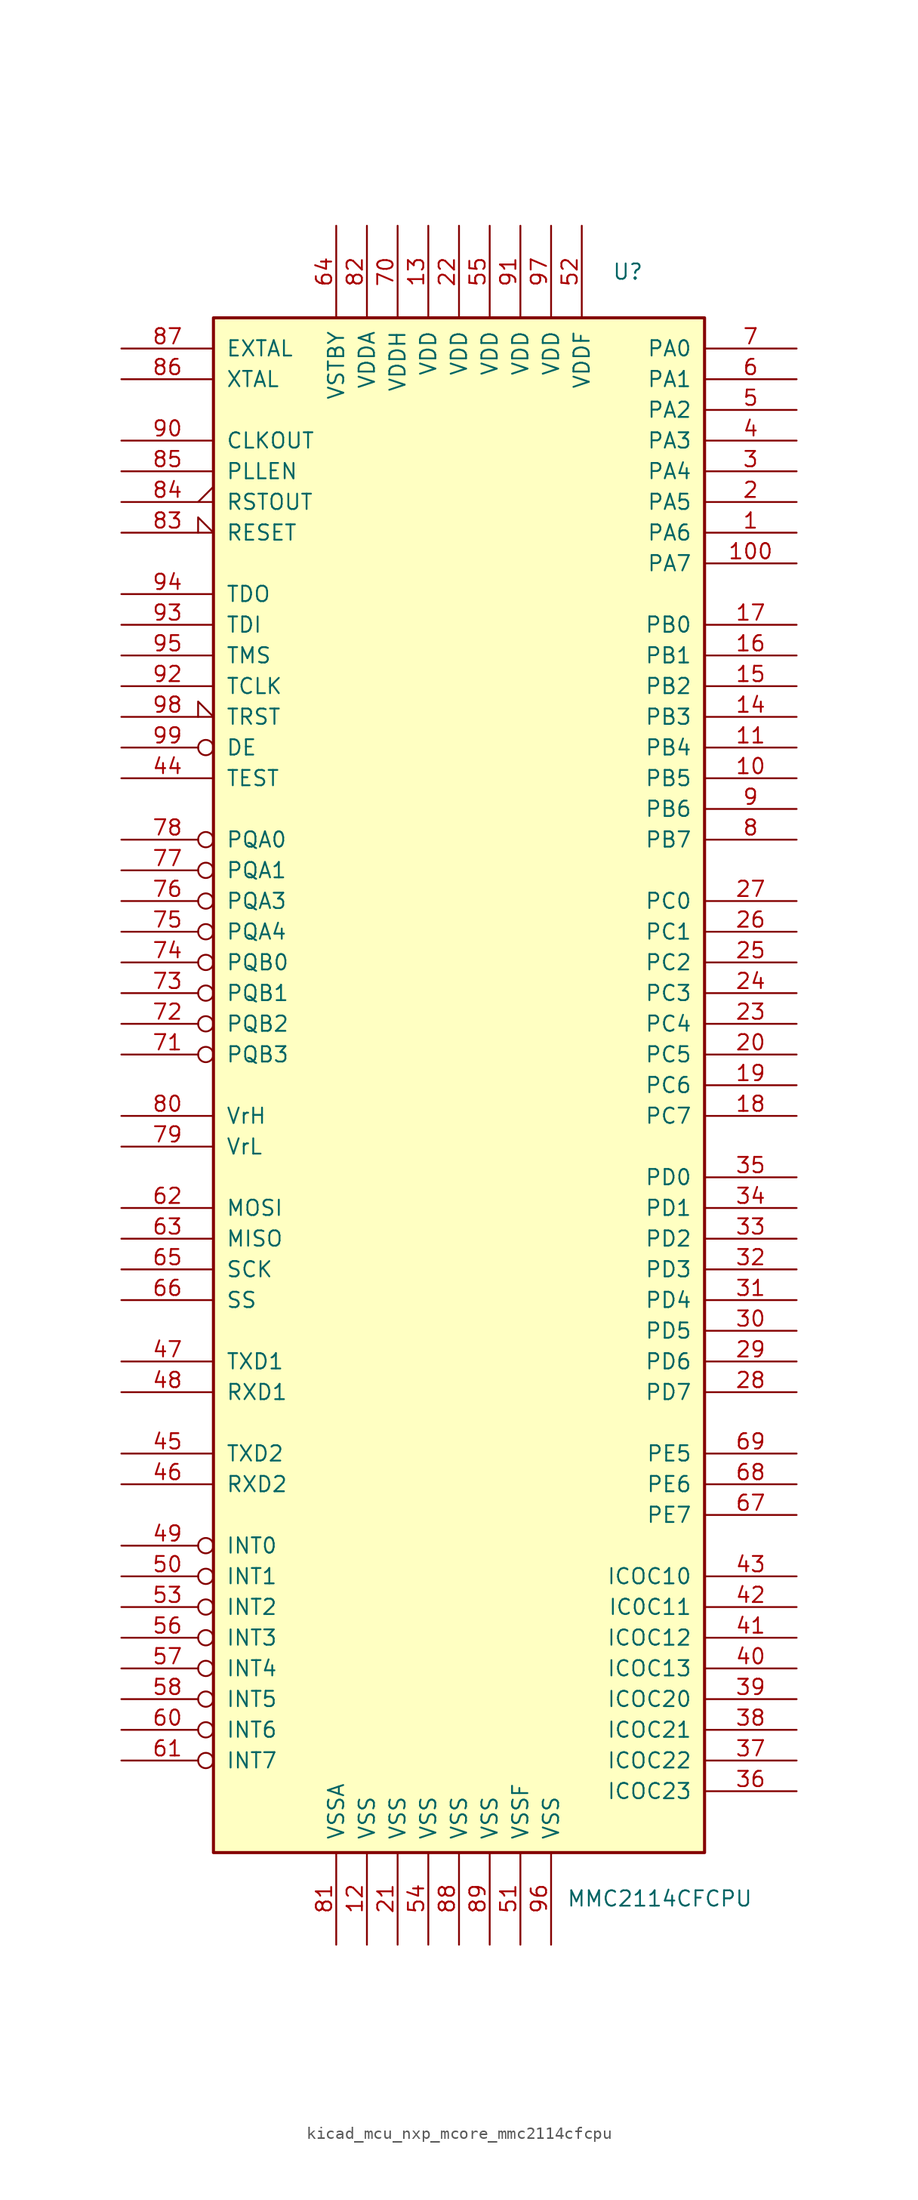
<source format=kicad_sym>
(kicad_symbol_lib
  (version 20220914)
  (generator kicad_symbol_editor)
  (symbol "kicad_mcu_nxp_mcore_mmc2114cfcpu"
    (pin_names
      (offset 1.016))
    (property "Reference" "U"
      (at 13.97 67.31 0)
      (effects (font (size 1.27 1.27))))
    (property "Value" "MMC2114CFCPU"
      (at 8.89 -67.31 0)
      (effects (font (size 1.27 1.27)) (justify left)))
    (symbol "kicad_mcu_nxp_mcore_mmc2114cfcpu_0_1"
      (rectangle (start -20.32 63.5) (end 20.32 -63.5) (stroke (width 0.254) (type default)) (fill (type background))))
    (symbol "kicad_mcu_nxp_mcore_mmc2114cfcpu_1_1"
      (pin bidirectional line (at 27.94 45.72 180) (length 7.62) (name "PA6" (effects (font (size 1.27 1.27)))) (number "1" (effects (font (size 1.27 1.27)))))
      (pin bidirectional line (at 27.94 25.4 180) (length 7.62) (name "PB5" (effects (font (size 1.27 1.27)))) (number "10" (effects (font (size 1.27 1.27)))))
      (pin bidirectional line (at 27.94 43.18 180) (length 7.62) (name "PA7" (effects (font (size 1.27 1.27)))) (number "100" (effects (font (size 1.27 1.27)))))
      (pin bidirectional line (at 27.94 27.94 180) (length 7.62) (name "PB4" (effects (font (size 1.27 1.27)))) (number "11" (effects (font (size 1.27 1.27)))))
      (pin power_in line (at -7.62 -71.12 90) (length 7.62) (name "VSS" (effects (font (size 1.27 1.27)))) (number "12" (effects (font (size 1.27 1.27)))))
      (pin power_in line (at -2.54 71.12 270) (length 7.62) (name "VDD" (effects (font (size 1.27 1.27)))) (number "13" (effects (font (size 1.27 1.27)))))
      (pin bidirectional line (at 27.94 30.48 180) (length 7.62) (name "PB3" (effects (font (size 1.27 1.27)))) (number "14" (effects (font (size 1.27 1.27)))))
      (pin bidirectional line (at 27.94 33.02 180) (length 7.62) (name "PB2" (effects (font (size 1.27 1.27)))) (number "15" (effects (font (size 1.27 1.27)))))
      (pin bidirectional line (at 27.94 35.56 180) (length 7.62) (name "PB1" (effects (font (size 1.27 1.27)))) (number "16" (effects (font (size 1.27 1.27)))))
      (pin bidirectional line (at 27.94 38.1 180) (length 7.62) (name "PB0" (effects (font (size 1.27 1.27)))) (number "17" (effects (font (size 1.27 1.27)))))
      (pin bidirectional line (at 27.94 -2.54 180) (length 7.62) (name "PC7" (effects (font (size 1.27 1.27)))) (number "18" (effects (font (size 1.27 1.27)))))
      (pin bidirectional line (at 27.94 0 180) (length 7.62) (name "PC6" (effects (font (size 1.27 1.27)))) (number "19" (effects (font (size 1.27 1.27)))))
      (pin bidirectional line (at 27.94 48.26 180) (length 7.62) (name "PA5" (effects (font (size 1.27 1.27)))) (number "2" (effects (font (size 1.27 1.27)))))
      (pin bidirectional line (at 27.94 2.54 180) (length 7.62) (name "PC5" (effects (font (size 1.27 1.27)))) (number "20" (effects (font (size 1.27 1.27)))))
      (pin power_in line (at -5.08 -71.12 90) (length 7.62) (name "VSS" (effects (font (size 1.27 1.27)))) (number "21" (effects (font (size 1.27 1.27)))))
      (pin power_in line (at 0 71.12 270) (length 7.62) (name "VDD" (effects (font (size 1.27 1.27)))) (number "22" (effects (font (size 1.27 1.27)))))
      (pin bidirectional line (at 27.94 5.08 180) (length 7.62) (name "PC4" (effects (font (size 1.27 1.27)))) (number "23" (effects (font (size 1.27 1.27)))))
      (pin bidirectional line (at 27.94 7.62 180) (length 7.62) (name "PC3" (effects (font (size 1.27 1.27)))) (number "24" (effects (font (size 1.27 1.27)))))
      (pin bidirectional line (at 27.94 10.16 180) (length 7.62) (name "PC2" (effects (font (size 1.27 1.27)))) (number "25" (effects (font (size 1.27 1.27)))))
      (pin bidirectional line (at 27.94 12.7 180) (length 7.62) (name "PC1" (effects (font (size 1.27 1.27)))) (number "26" (effects (font (size 1.27 1.27)))))
      (pin bidirectional line (at 27.94 15.24 180) (length 7.62) (name "PC0" (effects (font (size 1.27 1.27)))) (number "27" (effects (font (size 1.27 1.27)))))
      (pin bidirectional line (at 27.94 -25.4 180) (length 7.62) (name "PD7" (effects (font (size 1.27 1.27)))) (number "28" (effects (font (size 1.27 1.27)))))
      (pin bidirectional line (at 27.94 -22.86 180) (length 7.62) (name "PD6" (effects (font (size 1.27 1.27)))) (number "29" (effects (font (size 1.27 1.27)))))
      (pin bidirectional line (at 27.94 50.8 180) (length 7.62) (name "PA4" (effects (font (size 1.27 1.27)))) (number "3" (effects (font (size 1.27 1.27)))))
      (pin bidirectional line (at 27.94 -20.32 180) (length 7.62) (name "PD5" (effects (font (size 1.27 1.27)))) (number "30" (effects (font (size 1.27 1.27)))))
      (pin bidirectional line (at 27.94 -17.78 180) (length 7.62) (name "PD4" (effects (font (size 1.27 1.27)))) (number "31" (effects (font (size 1.27 1.27)))))
      (pin bidirectional line (at 27.94 -15.24 180) (length 7.62) (name "PD3" (effects (font (size 1.27 1.27)))) (number "32" (effects (font (size 1.27 1.27)))))
      (pin bidirectional line (at 27.94 -12.7 180) (length 7.62) (name "PD2" (effects (font (size 1.27 1.27)))) (number "33" (effects (font (size 1.27 1.27)))))
      (pin bidirectional line (at 27.94 -10.16 180) (length 7.62) (name "PD1" (effects (font (size 1.27 1.27)))) (number "34" (effects (font (size 1.27 1.27)))))
      (pin bidirectional line (at 27.94 -7.62 180) (length 7.62) (name "PD0" (effects (font (size 1.27 1.27)))) (number "35" (effects (font (size 1.27 1.27)))))
      (pin bidirectional line (at 27.94 -58.42 180) (length 7.62) (name "ICOC23" (effects (font (size 1.27 1.27)))) (number "36" (effects (font (size 1.27 1.27)))))
      (pin bidirectional line (at 27.94 -55.88 180) (length 7.62) (name "ICOC22" (effects (font (size 1.27 1.27)))) (number "37" (effects (font (size 1.27 1.27)))))
      (pin bidirectional line (at 27.94 -53.34 180) (length 7.62) (name "ICOC21" (effects (font (size 1.27 1.27)))) (number "38" (effects (font (size 1.27 1.27)))))
      (pin bidirectional line (at 27.94 -50.8 180) (length 7.62) (name "ICOC20" (effects (font (size 1.27 1.27)))) (number "39" (effects (font (size 1.27 1.27)))))
      (pin bidirectional line (at 27.94 53.34 180) (length 7.62) (name "PA3" (effects (font (size 1.27 1.27)))) (number "4" (effects (font (size 1.27 1.27)))))
      (pin bidirectional line (at 27.94 -48.26 180) (length 7.62) (name "ICOC13" (effects (font (size 1.27 1.27)))) (number "40" (effects (font (size 1.27 1.27)))))
      (pin bidirectional line (at 27.94 -45.72 180) (length 7.62) (name "ICOC12" (effects (font (size 1.27 1.27)))) (number "41" (effects (font (size 1.27 1.27)))))
      (pin bidirectional line (at 27.94 -43.18 180) (length 7.62) (name "IC0C11" (effects (font (size 1.27 1.27)))) (number "42" (effects (font (size 1.27 1.27)))))
      (pin bidirectional line (at 27.94 -40.64 180) (length 7.62) (name "ICOC10" (effects (font (size 1.27 1.27)))) (number "43" (effects (font (size 1.27 1.27)))))
      (pin bidirectional line (at -27.94 25.4 0) (length 7.62) (name "TEST" (effects (font (size 1.27 1.27)))) (number "44" (effects (font (size 1.27 1.27)))))
      (pin bidirectional line (at -27.94 -30.48 0) (length 7.62) (name "TXD2" (effects (font (size 1.27 1.27)))) (number "45" (effects (font (size 1.27 1.27)))))
      (pin bidirectional line (at -27.94 -33.02 0) (length 7.62) (name "RXD2" (effects (font (size 1.27 1.27)))) (number "46" (effects (font (size 1.27 1.27)))))
      (pin bidirectional line (at -27.94 -22.86 0) (length 7.62) (name "TXD1" (effects (font (size 1.27 1.27)))) (number "47" (effects (font (size 1.27 1.27)))))
      (pin bidirectional line (at -27.94 -25.4 0) (length 7.62) (name "RXD1" (effects (font (size 1.27 1.27)))) (number "48" (effects (font (size 1.27 1.27)))))
      (pin bidirectional inverted (at -27.94 -38.1 0) (length 7.62) (name "INT0" (effects (font (size 1.27 1.27)))) (number "49" (effects (font (size 1.27 1.27)))))
      (pin bidirectional line (at 27.94 55.88 180) (length 7.62) (name "PA2" (effects (font (size 1.27 1.27)))) (number "5" (effects (font (size 1.27 1.27)))))
      (pin bidirectional inverted (at -27.94 -40.64 0) (length 7.62) (name "INT1" (effects (font (size 1.27 1.27)))) (number "50" (effects (font (size 1.27 1.27)))))
      (pin power_in line (at 5.08 -71.12 90) (length 7.62) (name "VSSF" (effects (font (size 1.27 1.27)))) (number "51" (effects (font (size 1.27 1.27)))))
      (pin power_in line (at 10.16 71.12 270) (length 7.62) (name "VDDF" (effects (font (size 1.27 1.27)))) (number "52" (effects (font (size 1.27 1.27)))))
      (pin bidirectional inverted (at -27.94 -43.18 0) (length 7.62) (name "INT2" (effects (font (size 1.27 1.27)))) (number "53" (effects (font (size 1.27 1.27)))))
      (pin power_in line (at -2.54 -71.12 90) (length 7.62) (name "VSS" (effects (font (size 1.27 1.27)))) (number "54" (effects (font (size 1.27 1.27)))))
      (pin power_in line (at 2.54 71.12 270) (length 7.62) (name "VDD" (effects (font (size 1.27 1.27)))) (number "55" (effects (font (size 1.27 1.27)))))
      (pin bidirectional inverted (at -27.94 -45.72 0) (length 7.62) (name "INT3" (effects (font (size 1.27 1.27)))) (number "56" (effects (font (size 1.27 1.27)))))
      (pin bidirectional inverted (at -27.94 -48.26 0) (length 7.62) (name "INT4" (effects (font (size 1.27 1.27)))) (number "57" (effects (font (size 1.27 1.27)))))
      (pin bidirectional inverted (at -27.94 -50.8 0) (length 7.62) (name "INT5" (effects (font (size 1.27 1.27)))) (number "58" (effects (font (size 1.27 1.27)))))
      (pin bidirectional line (at 27.94 58.42 180) (length 7.62) (name "PA1" (effects (font (size 1.27 1.27)))) (number "6" (effects (font (size 1.27 1.27)))))
      (pin bidirectional inverted (at -27.94 -53.34 0) (length 7.62) (name "INT6" (effects (font (size 1.27 1.27)))) (number "60" (effects (font (size 1.27 1.27)))))
      (pin bidirectional inverted (at -27.94 -55.88 0) (length 7.62) (name "INT7" (effects (font (size 1.27 1.27)))) (number "61" (effects (font (size 1.27 1.27)))))
      (pin bidirectional line (at -27.94 -10.16 0) (length 7.62) (name "MOSI" (effects (font (size 1.27 1.27)))) (number "62" (effects (font (size 1.27 1.27)))))
      (pin bidirectional line (at -27.94 -12.7 0) (length 7.62) (name "MISO" (effects (font (size 1.27 1.27)))) (number "63" (effects (font (size 1.27 1.27)))))
      (pin power_in line (at -10.16 71.12 270) (length 7.62) (name "VSTBY" (effects (font (size 1.27 1.27)))) (number "64" (effects (font (size 1.27 1.27)))))
      (pin bidirectional line (at -27.94 -15.24 0) (length 7.62) (name "SCK" (effects (font (size 1.27 1.27)))) (number "65" (effects (font (size 1.27 1.27)))))
      (pin bidirectional line (at -27.94 -17.78 0) (length 7.62) (name "SS" (effects (font (size 1.27 1.27)))) (number "66" (effects (font (size 1.27 1.27)))))
      (pin bidirectional line (at 27.94 -35.56 180) (length 7.62) (name "PE7" (effects (font (size 1.27 1.27)))) (number "67" (effects (font (size 1.27 1.27)))))
      (pin bidirectional line (at 27.94 -33.02 180) (length 7.62) (name "PE6" (effects (font (size 1.27 1.27)))) (number "68" (effects (font (size 1.27 1.27)))))
      (pin bidirectional line (at 27.94 -30.48 180) (length 7.62) (name "PE5" (effects (font (size 1.27 1.27)))) (number "69" (effects (font (size 1.27 1.27)))))
      (pin bidirectional line (at 27.94 60.96 180) (length 7.62) (name "PA0" (effects (font (size 1.27 1.27)))) (number "7" (effects (font (size 1.27 1.27)))))
      (pin power_in line (at -5.08 71.12 270) (length 7.62) (name "VDDH" (effects (font (size 1.27 1.27)))) (number "70" (effects (font (size 1.27 1.27)))))
      (pin bidirectional inverted (at -27.94 2.54 0) (length 7.62) (name "PQB3" (effects (font (size 1.27 1.27)))) (number "71" (effects (font (size 1.27 1.27)))))
      (pin bidirectional inverted (at -27.94 5.08 0) (length 7.62) (name "PQB2" (effects (font (size 1.27 1.27)))) (number "72" (effects (font (size 1.27 1.27)))))
      (pin bidirectional inverted (at -27.94 7.62 0) (length 7.62) (name "PQB1" (effects (font (size 1.27 1.27)))) (number "73" (effects (font (size 1.27 1.27)))))
      (pin bidirectional inverted (at -27.94 10.16 0) (length 7.62) (name "PQB0" (effects (font (size 1.27 1.27)))) (number "74" (effects (font (size 1.27 1.27)))))
      (pin bidirectional inverted (at -27.94 12.7 0) (length 7.62) (name "PQA4" (effects (font (size 1.27 1.27)))) (number "75" (effects (font (size 1.27 1.27)))))
      (pin bidirectional inverted (at -27.94 15.24 0) (length 7.62) (name "PQA3" (effects (font (size 1.27 1.27)))) (number "76" (effects (font (size 1.27 1.27)))))
      (pin bidirectional inverted (at -27.94 17.78 0) (length 7.62) (name "PQA1" (effects (font (size 1.27 1.27)))) (number "77" (effects (font (size 1.27 1.27)))))
      (pin bidirectional inverted (at -27.94 20.32 0) (length 7.62) (name "PQA0" (effects (font (size 1.27 1.27)))) (number "78" (effects (font (size 1.27 1.27)))))
      (pin input line (at -27.94 -5.08 0) (length 7.62) (name "VrL" (effects (font (size 1.27 1.27)))) (number "79" (effects (font (size 1.27 1.27)))))
      (pin bidirectional line (at 27.94 20.32 180) (length 7.62) (name "PB7" (effects (font (size 1.27 1.27)))) (number "8" (effects (font (size 1.27 1.27)))))
      (pin input line (at -27.94 -2.54 0) (length 7.62) (name "VrH" (effects (font (size 1.27 1.27)))) (number "80" (effects (font (size 1.27 1.27)))))
      (pin power_in line (at -10.16 -71.12 90) (length 7.62) (name "VSSA" (effects (font (size 1.27 1.27)))) (number "81" (effects (font (size 1.27 1.27)))))
      (pin power_in line (at -7.62 71.12 270) (length 7.62) (name "VDDA" (effects (font (size 1.27 1.27)))) (number "82" (effects (font (size 1.27 1.27)))))
      (pin input input_low (at -27.94 45.72 0) (length 7.62) (name "RESET" (effects (font (size 1.27 1.27)))) (number "83" (effects (font (size 1.27 1.27)))))
      (pin output output_low (at -27.94 48.26 0) (length 7.62) (name "RSTOUT" (effects (font (size 1.27 1.27)))) (number "84" (effects (font (size 1.27 1.27)))))
      (pin input line (at -27.94 50.8 0) (length 7.62) (name "PLLEN" (effects (font (size 1.27 1.27)))) (number "85" (effects (font (size 1.27 1.27)))))
      (pin output line (at -27.94 58.42 0) (length 7.62) (name "XTAL" (effects (font (size 1.27 1.27)))) (number "86" (effects (font (size 1.27 1.27)))))
      (pin input line (at -27.94 60.96 0) (length 7.62) (name "EXTAL" (effects (font (size 1.27 1.27)))) (number "87" (effects (font (size 1.27 1.27)))))
      (pin power_in line (at 0 -71.12 90) (length 7.62) (name "VSS" (effects (font (size 1.27 1.27)))) (number "88" (effects (font (size 1.27 1.27)))))
      (pin power_in line (at 2.54 -71.12 90) (length 7.62) (name "VSS" (effects (font (size 1.27 1.27)))) (number "89" (effects (font (size 1.27 1.27)))))
      (pin bidirectional line (at 27.94 22.86 180) (length 7.62) (name "PB6" (effects (font (size 1.27 1.27)))) (number "9" (effects (font (size 1.27 1.27)))))
      (pin output line (at -27.94 53.34 0) (length 7.62) (name "CLKOUT" (effects (font (size 1.27 1.27)))) (number "90" (effects (font (size 1.27 1.27)))))
      (pin power_in line (at 5.08 71.12 270) (length 7.62) (name "VDD" (effects (font (size 1.27 1.27)))) (number "91" (effects (font (size 1.27 1.27)))))
      (pin input line (at -27.94 33.02 0) (length 7.62) (name "TCLK" (effects (font (size 1.27 1.27)))) (number "92" (effects (font (size 1.27 1.27)))))
      (pin input line (at -27.94 38.1 0) (length 7.62) (name "TDI" (effects (font (size 1.27 1.27)))) (number "93" (effects (font (size 1.27 1.27)))))
      (pin output line (at -27.94 40.64 0) (length 7.62) (name "TDO" (effects (font (size 1.27 1.27)))) (number "94" (effects (font (size 1.27 1.27)))))
      (pin input line (at -27.94 35.56 0) (length 7.62) (name "TMS" (effects (font (size 1.27 1.27)))) (number "95" (effects (font (size 1.27 1.27)))))
      (pin power_in line (at 7.62 -71.12 90) (length 7.62) (name "VSS" (effects (font (size 1.27 1.27)))) (number "96" (effects (font (size 1.27 1.27)))))
      (pin power_in line (at 7.62 71.12 270) (length 7.62) (name "VDD" (effects (font (size 1.27 1.27)))) (number "97" (effects (font (size 1.27 1.27)))))
      (pin input input_low (at -27.94 30.48 0) (length 7.62) (name "TRST" (effects (font (size 1.27 1.27)))) (number "98" (effects (font (size 1.27 1.27)))))
      (pin output inverted (at -27.94 27.94 0) (length 7.62) (name "DE" (effects (font (size 1.27 1.27)))) (number "99" (effects (font (size 1.27 1.27))))))))
</source>
